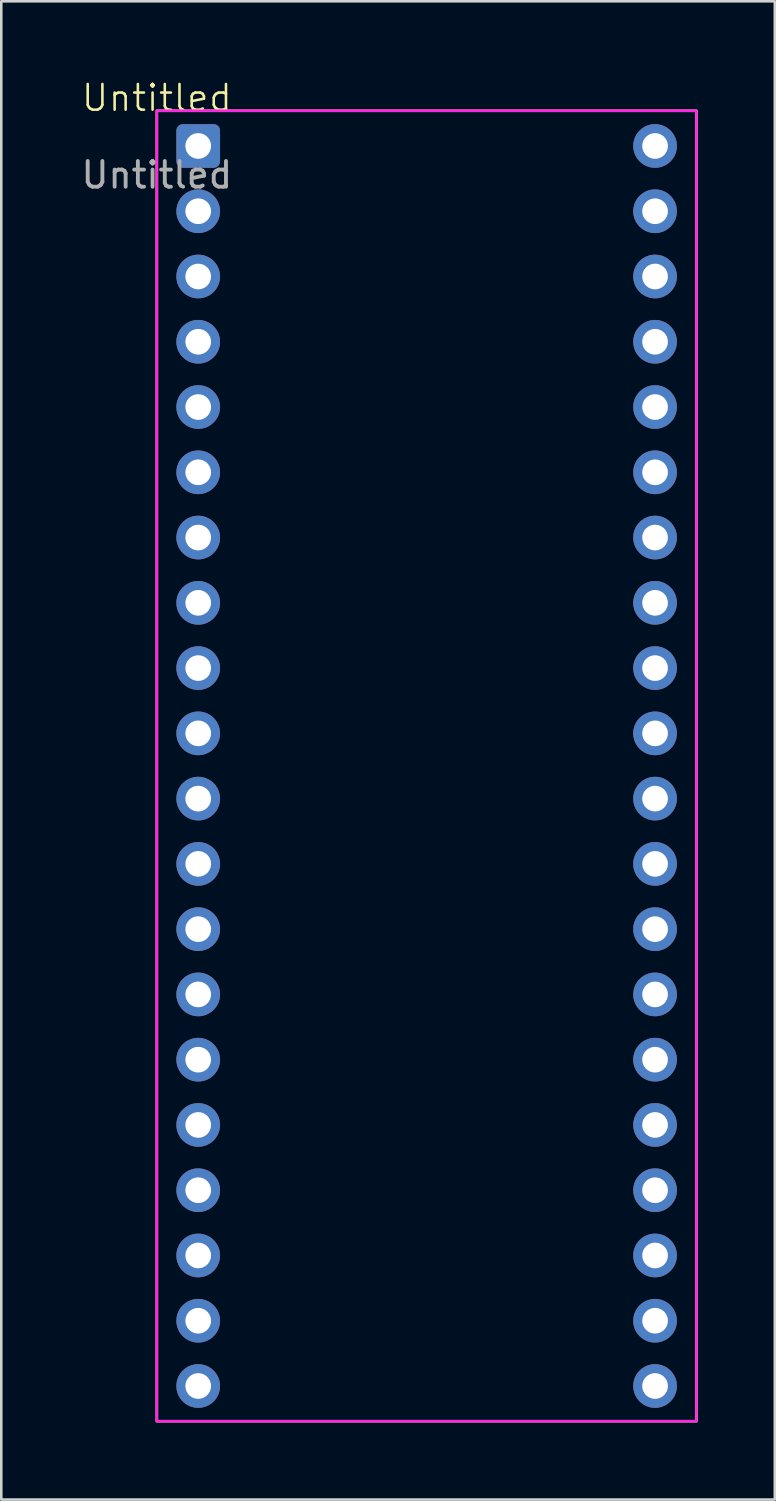
<source format=kicad_pcb>
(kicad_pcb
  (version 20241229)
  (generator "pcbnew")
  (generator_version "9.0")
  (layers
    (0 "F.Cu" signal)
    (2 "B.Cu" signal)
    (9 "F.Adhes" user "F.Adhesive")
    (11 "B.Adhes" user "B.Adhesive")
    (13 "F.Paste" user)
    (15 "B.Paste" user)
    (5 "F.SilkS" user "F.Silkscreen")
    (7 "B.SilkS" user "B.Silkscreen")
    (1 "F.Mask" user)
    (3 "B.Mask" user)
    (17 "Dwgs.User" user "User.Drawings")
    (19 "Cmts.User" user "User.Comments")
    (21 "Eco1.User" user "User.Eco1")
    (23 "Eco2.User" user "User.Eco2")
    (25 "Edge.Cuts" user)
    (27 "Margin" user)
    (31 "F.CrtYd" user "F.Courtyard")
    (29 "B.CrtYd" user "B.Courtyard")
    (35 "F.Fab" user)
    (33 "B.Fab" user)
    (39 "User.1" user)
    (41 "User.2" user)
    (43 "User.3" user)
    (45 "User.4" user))
  (footprint "Untitled"
    (layer "F.Cu")
    (at 22.444 2.631)
    (property "Reference" "Untitled" (at -19.39 -1.87 0) (unlocked yes) (layer "F.SilkS") (effects (font (size 1 1) (thickness 0.1))))
    (attr through_hole)
    (fp_rect (start -19.39 -1.37) (end 1.61 49.63) (stroke (width 0.1) (type default)) (fill no) (layer "F.SilkS"))
    (fp_rect (start -19.39 -1.37) (end 1.61 49.63) (stroke (width 0.1) (type solid)) (fill no) (layer "F.CrtYd"))
    (fp_text user "${REFERENCE}" (at -19.39 1.13 0) (unlocked yes) (layer "F.Fab") (effects (font (size 1 1) (thickness 0.15))))
    (pad "1" thru_hole roundrect (at -17.78 0) (size 1.7 1.7) (drill 1) (layers "*.Cu" "*.Mask" "Eco2.User") (roundrect_rratio 0.147))
    (pad "2" thru_hole circle (at -17.78 2.54) (size 1.7 1.7) (drill 1) (layers "*.Cu" "*.Mask" "Eco2.User"))
    (pad "3" thru_hole circle (at -17.78 5.08) (size 1.7 1.7) (drill 1) (layers "*.Cu" "*.Mask" "Eco2.User"))
    (pad "4" thru_hole circle (at -17.78 7.62) (size 1.7 1.7) (drill 1) (layers "*.Cu" "*.Mask" "Eco2.User"))
    (pad "5" thru_hole circle (at -17.78 10.16) (size 1.7 1.7) (drill 1) (layers "*.Cu" "*.Mask" "Eco2.User"))
    (pad "6" thru_hole circle (at -17.78 12.7) (size 1.7 1.7) (drill 1) (layers "*.Cu" "*.Mask" "Eco2.User"))
    (pad "7" thru_hole circle (at -17.78 15.24) (size 1.7 1.7) (drill 1) (layers "*.Cu" "*.Mask" "Eco2.User"))
    (pad "8" thru_hole circle (at -17.78 17.78) (size 1.7 1.7) (drill 1) (layers "*.Cu" "*.Mask" "Eco2.User"))
    (pad "9" thru_hole circle (at -17.78 20.32) (size 1.7 1.7) (drill 1) (layers "*.Cu" "*.Mask" "Eco2.User"))
    (pad "10" thru_hole circle (at -17.78 22.86) (size 1.7 1.7) (drill 1) (layers "*.Cu" "*.Mask" "Eco2.User"))
    (pad "11" thru_hole circle (at -17.78 25.4) (size 1.7 1.7) (drill 1) (layers "*.Cu" "*.Mask" "Eco2.User"))
    (pad "12" thru_hole circle (at -17.78 27.94) (size 1.7 1.7) (drill 1) (layers "*.Cu" "*.Mask" "Eco2.User"))
    (pad "13" thru_hole circle (at -17.78 30.48) (size 1.7 1.7) (drill 1) (layers "*.Cu" "*.Mask" "Eco2.User"))
    (pad "14" thru_hole circle (at -17.78 33.02) (size 1.7 1.7) (drill 1) (layers "*.Cu" "*.Mask" "Eco2.User"))
    (pad "15" thru_hole circle (at -17.78 35.56) (size 1.7 1.7) (drill 1) (layers "*.Cu" "*.Mask" "Eco2.User"))
    (pad "16" thru_hole circle (at -17.78 38.1) (size 1.7 1.7) (drill 1) (layers "*.Cu" "*.Mask" "Eco2.User"))
    (pad "17" thru_hole circle (at -17.78 40.64) (size 1.7 1.7) (drill 1) (layers "*.Cu" "*.Mask" "Eco2.User"))
    (pad "18" thru_hole circle (at -17.78 43.18) (size 1.7 1.7) (drill 1) (layers "*.Cu" "*.Mask" "Eco2.User"))
    (pad "19" thru_hole circle (at -17.78 45.72) (size 1.7 1.7) (drill 1) (layers "*.Cu" "*.Mask" "Eco2.User"))
    (pad "20" thru_hole circle (at -17.78 48.26) (size 1.7 1.7) (drill 1) (layers "*.Cu" "*.Mask" "Eco2.User"))
    (pad "21" thru_hole circle (at 0 48.26) (size 1.7 1.7) (drill 1) (layers "*.Cu" "*.Mask" "Eco2.User"))
    (pad "22" thru_hole circle (at 0 45.72) (size 1.7 1.7) (drill 1) (layers "*.Cu" "*.Mask" "Eco2.User"))
    (pad "23" thru_hole circle (at 0 43.18) (size 1.7 1.7) (drill 1) (layers "*.Cu" "*.Mask" "Eco2.User"))
    (pad "24" thru_hole circle (at 0 40.64) (size 1.7 1.7) (drill 1) (layers "*.Cu" "*.Mask" "Eco2.User"))
    (pad "25" thru_hole circle (at 0 38.1) (size 1.7 1.7) (drill 1) (layers "*.Cu" "*.Mask" "Eco2.User"))
    (pad "26" thru_hole circle (at 0 35.56) (size 1.7 1.7) (drill 1) (layers "*.Cu" "*.Mask" "Eco2.User"))
    (pad "27" thru_hole circle (at 0 33.02) (size 1.7 1.7) (drill 1) (layers "*.Cu" "*.Mask" "Eco2.User"))
    (pad "28" thru_hole circle (at 0 30.48) (size 1.7 1.7) (drill 1) (layers "*.Cu" "*.Mask" "Eco2.User"))
    (pad "29" thru_hole circle (at 0 27.94) (size 1.7 1.7) (drill 1) (layers "*.Cu" "*.Mask" "Eco2.User"))
    (pad "30" thru_hole circle (at 0 25.4) (size 1.7 1.7) (drill 1) (layers "*.Cu" "*.Mask" "Eco2.User"))
    (pad "31" thru_hole circle (at 0 22.86) (size 1.7 1.7) (drill 1) (layers "*.Cu" "*.Mask" "Eco2.User"))
    (pad "32" thru_hole circle (at 0 20.32) (size 1.7 1.7) (drill 1) (layers "*.Cu" "*.Mask" "Eco2.User"))
    (pad "33" thru_hole circle (at 0 17.78) (size 1.7 1.7) (drill 1) (layers "*.Cu" "*.Mask" "Eco2.User"))
    (pad "34" thru_hole circle (at 0 15.24) (size 1.7 1.7) (drill 1) (layers "*.Cu" "*.Mask" "Eco2.User"))
    (pad "35" thru_hole circle (at 0 12.7) (size 1.7 1.7) (drill 1) (layers "*.Cu" "*.Mask" "Eco2.User"))
    (pad "36" thru_hole circle (at 0 10.16) (size 1.7 1.7) (drill 1) (layers "*.Cu" "*.Mask" "Eco2.User"))
    (pad "37" thru_hole circle (at 0 7.62) (size 1.7 1.7) (drill 1) (layers "*.Cu" "*.Mask" "Eco2.User"))
    (pad "38" thru_hole circle (at 0 5.08) (size 1.7 1.7) (drill 1) (layers "*.Cu" "*.Mask" "Eco2.User"))
    (pad "39" thru_hole circle (at 0 2.54) (size 1.7 1.7) (drill 1) (layers "*.Cu" "*.Mask" "Eco2.User"))
    (pad "40" thru_hole circle (at 0 0) (size 1.7 1.7) (drill 1) (layers "*.Cu" "*.Mask" "Eco2.User")))
  (gr_rect
    (start -3 -3)
    (end 27.104 55.31)
    (stroke (width 0.1) (type default))
    (fill no)
    (layer "Edge.Cuts")))
</source>
